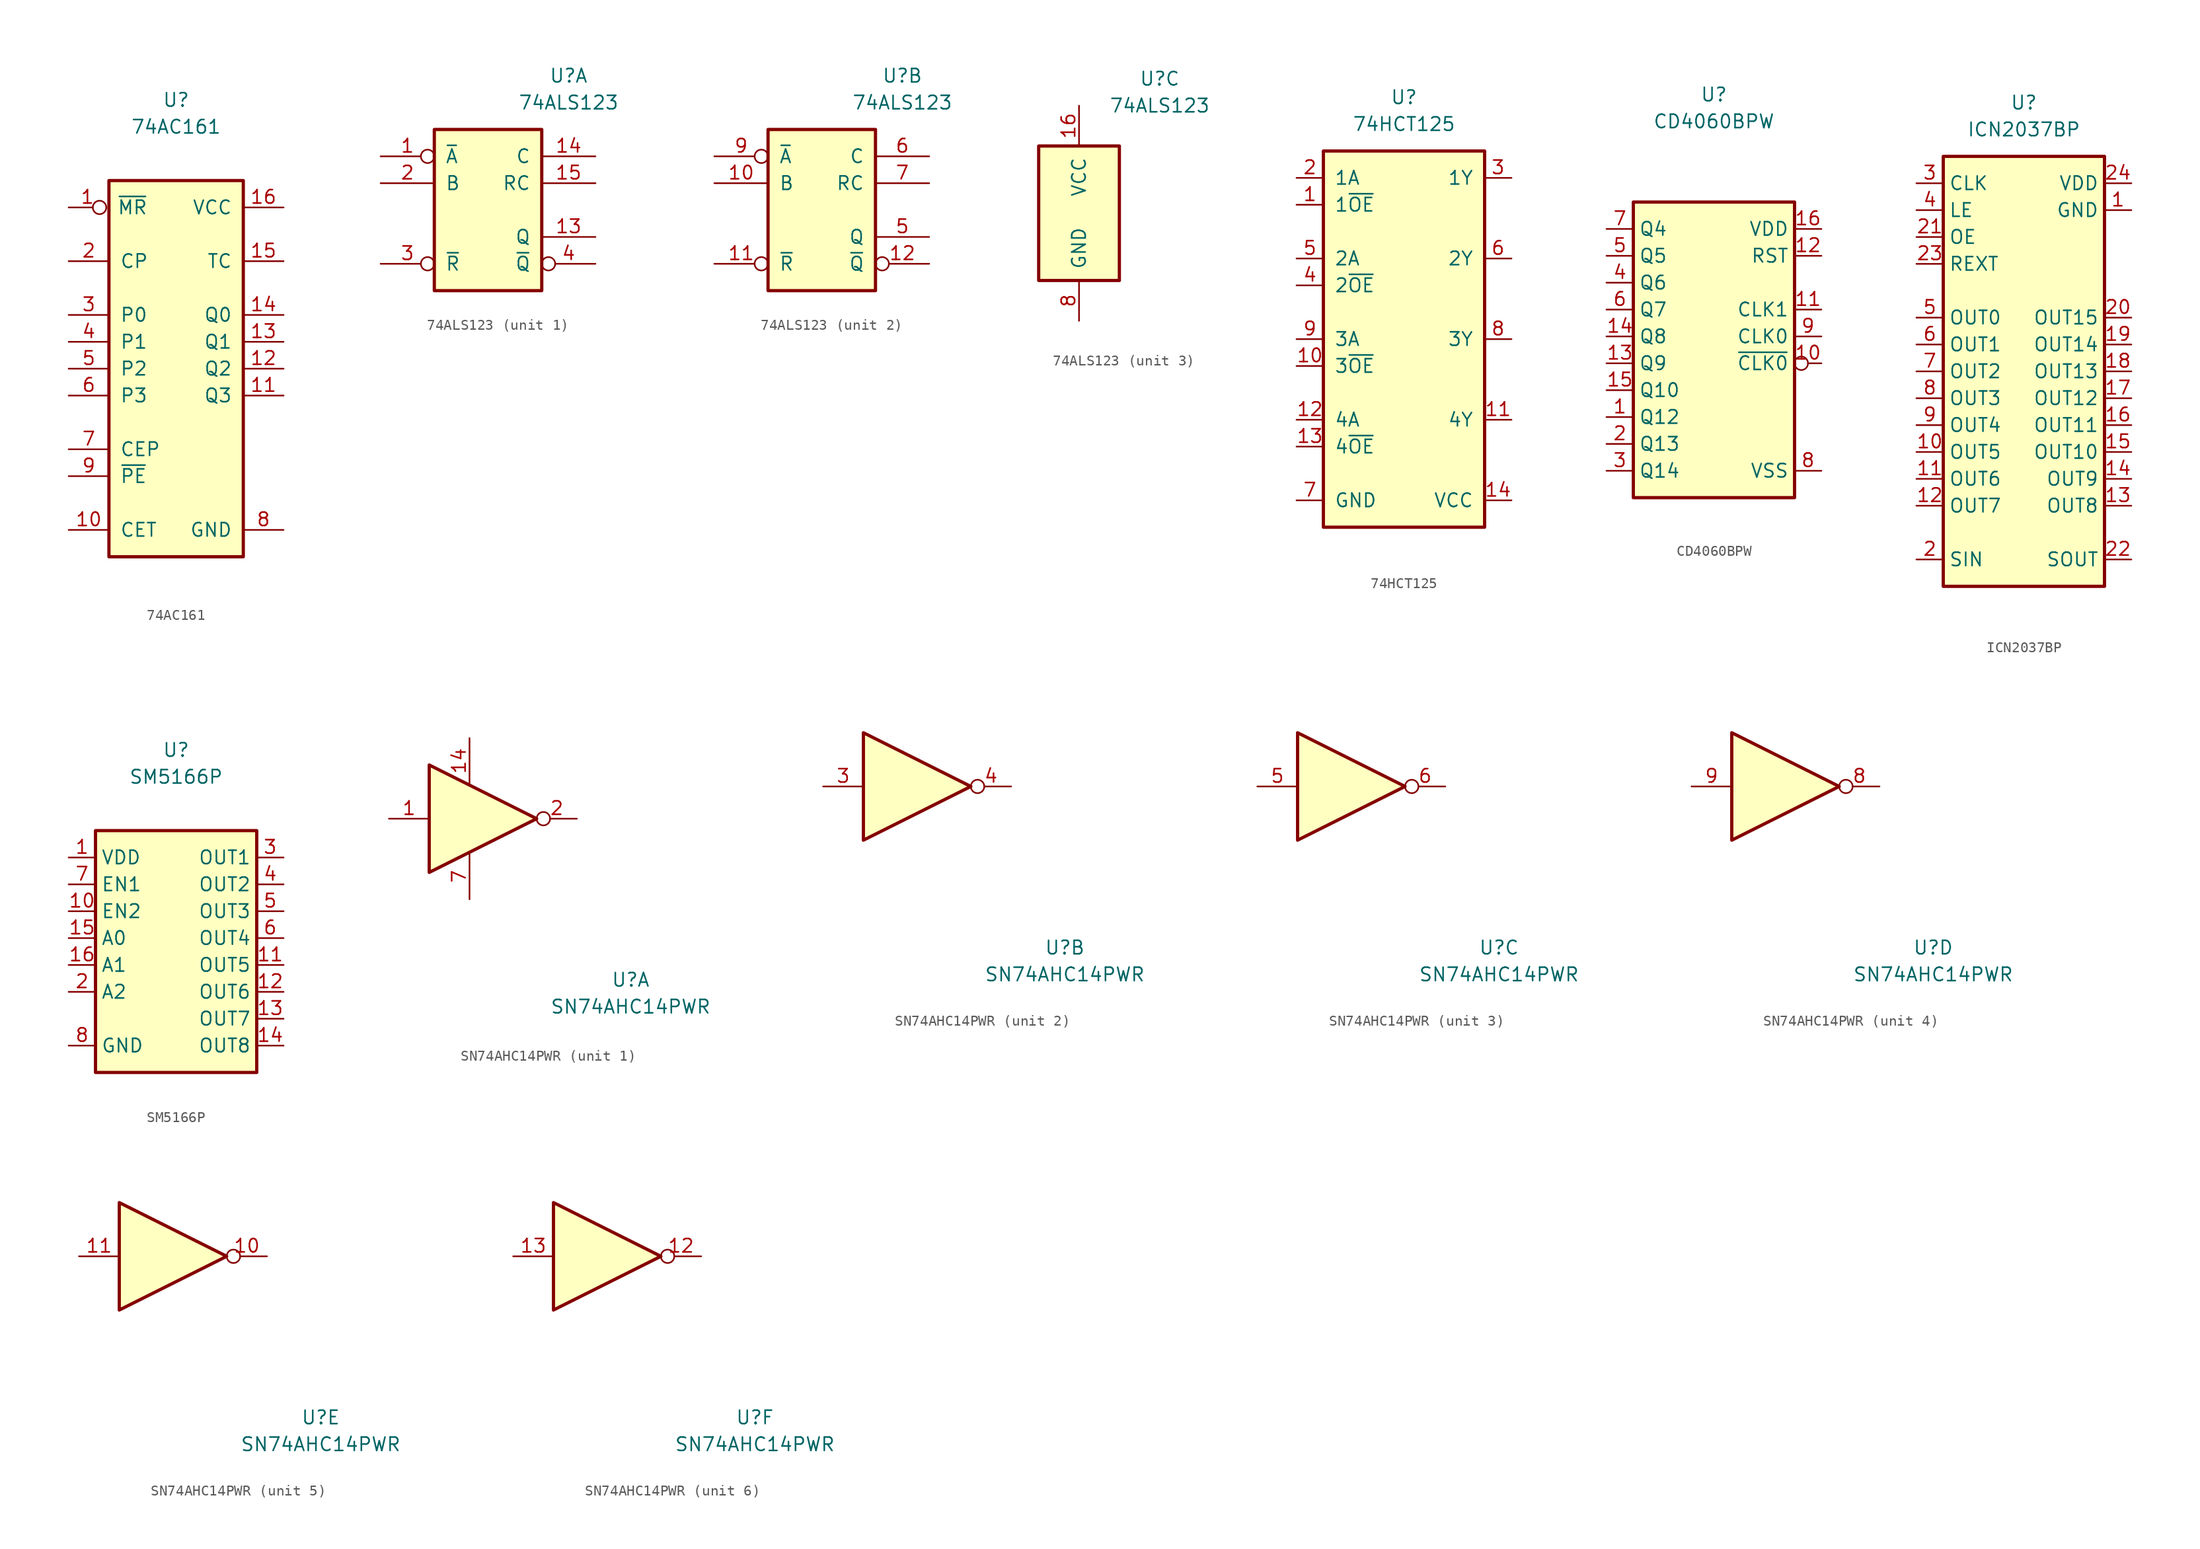
<source format=kicad_sym>
(kicad_symbol_lib
  (version 20220914)
  (generator kicad_symbol_editor)
  (symbol "74AC161"
    (pin_names
      (offset 1.016))
    (property "Reference" "U"
      (at 0 25.4 0)
      (effects (font (size 1.27 1.27))))
    (property "Value" "74AC161"
      (at 0 22.86 0)
      (effects (font (size 1.27 1.27))))
    (symbol "74AC161_0_1"
      (rectangle (start -6.35 17.78) (end 6.35 -17.78) (stroke (width 0.305) (type default)) (fill (type background))))
    (symbol "74AC161_1_1"
      (pin input inverted (at -10.16 15.24 0) (length 3.556) (name "~{MR}" (effects (font (size 1.27 1.27)))) (number "1" (effects (font (size 1.27 1.27)))))
      (pin input line (at -10.16 -15.24 0) (length 3.81) (name "CET" (effects (font (size 1.27 1.27)))) (number "10" (effects (font (size 1.27 1.27)))))
      (pin output line (at 10.16 -2.54 180) (length 3.81) (name "Q3" (effects (font (size 1.27 1.27)))) (number "11" (effects (font (size 1.27 1.27)))))
      (pin output line (at 10.16 0 180) (length 3.81) (name "Q2" (effects (font (size 1.27 1.27)))) (number "12" (effects (font (size 1.27 1.27)))))
      (pin output line (at 10.16 2.54 180) (length 3.81) (name "Q1" (effects (font (size 1.27 1.27)))) (number "13" (effects (font (size 1.27 1.27)))))
      (pin output line (at 10.16 5.08 180) (length 3.81) (name "Q0" (effects (font (size 1.27 1.27)))) (number "14" (effects (font (size 1.27 1.27)))))
      (pin output line (at 10.16 10.16 180) (length 3.81) (name "TC" (effects (font (size 1.27 1.27)))) (number "15" (effects (font (size 1.27 1.27)))))
      (pin power_in line (at 10.16 15.24 180) (length 3.81) (name "VCC" (effects (font (size 1.27 1.27)))) (number "16" (effects (font (size 1.27 1.27)))))
      (pin input line (at -10.16 10.16 0) (length 3.81) (name "CP" (effects (font (size 1.27 1.27)))) (number "2" (effects (font (size 1.27 1.27)))))
      (pin input line (at -10.16 5.08 0) (length 3.81) (name "P0" (effects (font (size 1.27 1.27)))) (number "3" (effects (font (size 1.27 1.27)))))
      (pin input line (at -10.16 2.54 0) (length 3.81) (name "P1" (effects (font (size 1.27 1.27)))) (number "4" (effects (font (size 1.27 1.27)))))
      (pin input line (at -10.16 0 0) (length 3.81) (name "P2" (effects (font (size 1.27 1.27)))) (number "5" (effects (font (size 1.27 1.27)))))
      (pin input line (at -10.16 -2.54 0) (length 3.81) (name "P3" (effects (font (size 1.27 1.27)))) (number "6" (effects (font (size 1.27 1.27)))))
      (pin input line (at -10.16 -7.62 0) (length 3.81) (name "CEP" (effects (font (size 1.27 1.27)))) (number "7" (effects (font (size 1.27 1.27)))))
      (pin power_in line (at 10.16 -15.24 180) (length 3.81) (name "GND" (effects (font (size 1.27 1.27)))) (number "8" (effects (font (size 1.27 1.27)))))
      (pin input line (at -10.16 -10.16 0) (length 3.81) (name "~{PE}" (effects (font (size 1.27 1.27)))) (number "9" (effects (font (size 1.27 1.27)))))))
  (symbol "74ALS123"
    (pin_names
      (offset 1.016))
    (property "Reference" "U"
      (at 7.62 12.7 0)
      (effects (font (size 1.27 1.27))))
    (property "Value" "74ALS123"
      (at 7.62 10.16 0)
      (effects (font (size 1.27 1.27))))
    (property "ki_locked" ""
      (at 0 0 0)
      (effects (font (size 1.27 1.27))))
    (symbol "74ALS123_1_1"
      (rectangle (start -5.08 7.62) (end 5.08 -7.62) (stroke (width 0.305) (type default)) (fill (type background)))
      (pin input inverted (at -10.16 5.08 0) (length 5.08) (name "~{A}" (effects (font (size 1.27 1.27)))) (number "1" (effects (font (size 1.27 1.27)))))
      (pin output line (at 10.16 -2.54 180) (length 5.08) (name "Q" (effects (font (size 1.27 1.27)))) (number "13" (effects (font (size 1.27 1.27)))))
      (pin input line (at 10.16 5.08 180) (length 5.08) (name "C" (effects (font (size 1.27 1.27)))) (number "14" (effects (font (size 1.27 1.27)))))
      (pin input line (at 10.16 2.54 180) (length 5.08) (name "RC" (effects (font (size 1.27 1.27)))) (number "15" (effects (font (size 1.27 1.27)))))
      (pin input line (at -10.16 2.54 0) (length 5.08) (name "B" (effects (font (size 1.27 1.27)))) (number "2" (effects (font (size 1.27 1.27)))))
      (pin input inverted (at -10.16 -5.08 0) (length 5.08) (name "~{R}" (effects (font (size 1.27 1.27)))) (number "3" (effects (font (size 1.27 1.27)))))
      (pin output inverted (at 10.16 -5.08 180) (length 5.08) (name "~{Q}" (effects (font (size 1.27 1.27)))) (number "4" (effects (font (size 1.27 1.27))))))
    (symbol "74ALS123_2_1"
      (rectangle (start -5.08 7.62) (end 5.08 -7.62) (stroke (width 0.305) (type default)) (fill (type background)))
      (pin input line (at -10.16 2.54 0) (length 5.08) (name "B" (effects (font (size 1.27 1.27)))) (number "10" (effects (font (size 1.27 1.27)))))
      (pin input inverted (at -10.16 -5.08 0) (length 5.08) (name "~{R}" (effects (font (size 1.27 1.27)))) (number "11" (effects (font (size 1.27 1.27)))))
      (pin output inverted (at 10.16 -5.08 180) (length 5.08) (name "~{Q}" (effects (font (size 1.27 1.27)))) (number "12" (effects (font (size 1.27 1.27)))))
      (pin output line (at 10.16 -2.54 180) (length 5.08) (name "Q" (effects (font (size 1.27 1.27)))) (number "5" (effects (font (size 1.27 1.27)))))
      (pin input line (at 10.16 5.08 180) (length 5.08) (name "C" (effects (font (size 1.27 1.27)))) (number "6" (effects (font (size 1.27 1.27)))))
      (pin input line (at 10.16 2.54 180) (length 5.08) (name "RC" (effects (font (size 1.27 1.27)))) (number "7" (effects (font (size 1.27 1.27)))))
      (pin input inverted (at -10.16 5.08 0) (length 5.08) (name "~{A}" (effects (font (size 1.27 1.27)))) (number "9" (effects (font (size 1.27 1.27))))))
    (symbol "74ALS123_3_1"
      (rectangle (start -3.81 6.35) (end 3.81 -6.35) (stroke (width 0.305) (type default)) (fill (type background)))
      (pin power_in line (at 0 10.16 270) (length 3.81) (name "VCC" (effects (font (size 1.27 1.27)))) (number "16" (effects (font (size 1.27 1.27)))))
      (pin power_in line (at 0 -10.16 90) (length 3.81) (name "GND" (effects (font (size 1.27 1.27)))) (number "8" (effects (font (size 1.27 1.27)))))))
  (symbol "74HCT125"
    (pin_names
      (offset 1.016))
    (property "Reference" "U"
      (at 0 22.86 0)
      (effects (font (size 1.27 1.27))))
    (property "Value" "74HCT125"
      (at 0 20.32 0)
      (effects (font (size 1.27 1.27))))
    (symbol "74HCT125_0_1"
      (rectangle (start -7.62 17.78) (end 7.62 -17.78) (stroke (width 0.305) (type default)) (fill (type background))))
    (symbol "74HCT125_1_1"
      (pin input line (at -10.16 12.7 0) (length 2.54) (name "1~{OE}" (effects (font (size 1.27 1.27)))) (number "1" (effects (font (size 1.27 1.27)))))
      (pin input line (at -10.16 -2.54 0) (length 2.54) (name "3~{OE}" (effects (font (size 1.27 1.27)))) (number "10" (effects (font (size 1.27 1.27)))))
      (pin output line (at 10.16 -7.62 180) (length 2.54) (name "4Y" (effects (font (size 1.27 1.27)))) (number "11" (effects (font (size 1.27 1.27)))))
      (pin input line (at -10.16 -7.62 0) (length 2.54) (name "4A" (effects (font (size 1.27 1.27)))) (number "12" (effects (font (size 1.27 1.27)))))
      (pin input line (at -10.16 -10.16 0) (length 2.54) (name "4~{OE}" (effects (font (size 1.27 1.27)))) (number "13" (effects (font (size 1.27 1.27)))))
      (pin power_in line (at 10.16 -15.24 180) (length 2.54) (name "VCC" (effects (font (size 1.27 1.27)))) (number "14" (effects (font (size 1.27 1.27)))))
      (pin input line (at -10.16 15.24 0) (length 2.54) (name "1A" (effects (font (size 1.27 1.27)))) (number "2" (effects (font (size 1.27 1.27)))))
      (pin output line (at 10.16 15.24 180) (length 2.54) (name "1Y" (effects (font (size 1.27 1.27)))) (number "3" (effects (font (size 1.27 1.27)))))
      (pin input line (at -10.16 5.08 0) (length 2.54) (name "2~{OE}" (effects (font (size 1.27 1.27)))) (number "4" (effects (font (size 1.27 1.27)))))
      (pin input line (at -10.16 7.62 0) (length 2.54) (name "2A" (effects (font (size 1.27 1.27)))) (number "5" (effects (font (size 1.27 1.27)))))
      (pin output line (at 10.16 7.62 180) (length 2.54) (name "2Y" (effects (font (size 1.27 1.27)))) (number "6" (effects (font (size 1.27 1.27)))))
      (pin power_in line (at -10.16 -15.24 0) (length 2.54) (name "GND" (effects (font (size 1.27 1.27)))) (number "7" (effects (font (size 1.27 1.27)))))
      (pin output line (at 10.16 0 180) (length 2.54) (name "3Y" (effects (font (size 1.27 1.27)))) (number "8" (effects (font (size 1.27 1.27)))))
      (pin input line (at -10.16 0 0) (length 2.54) (name "3A" (effects (font (size 1.27 1.27)))) (number "9" (effects (font (size 1.27 1.27)))))))
  (symbol "CD4060BPW"
    (property "Reference" "U"
      (at 0 22.86 0)
      (effects (font (size 1.27 1.27))))
    (property "Value" "CD4060BPW"
      (at 0 20.32 0)
      (effects (font (size 1.27 1.27))))
    (symbol "CD4060BPW_1_1"
      (rectangle (start -7.62 12.7) (end 7.62 -15.24) (stroke (width 0.305) (type default)) (fill (type background)))
      (pin output line (at -10.16 -7.62 0) (length 2.54) (name "Q12" (effects (font (size 1.27 1.27)))) (number "1" (effects (font (size 1.27 1.27)))))
      (pin input inverted (at 10.16 -2.54 180) (length 2.54) (name "~{CLK0}" (effects (font (size 1.27 1.27)))) (number "10" (effects (font (size 1.27 1.27)))))
      (pin input line (at 10.16 2.54 180) (length 2.54) (name "CLK1" (effects (font (size 1.27 1.27)))) (number "11" (effects (font (size 1.27 1.27)))))
      (pin input line (at 10.16 7.62 180) (length 2.54) (name "RST" (effects (font (size 1.27 1.27)))) (number "12" (effects (font (size 1.27 1.27)))))
      (pin output line (at -10.16 -2.54 0) (length 2.54) (name "Q9" (effects (font (size 1.27 1.27)))) (number "13" (effects (font (size 1.27 1.27)))))
      (pin output line (at -10.16 0 0) (length 2.54) (name "Q8" (effects (font (size 1.27 1.27)))) (number "14" (effects (font (size 1.27 1.27)))))
      (pin output line (at -10.16 -5.08 0) (length 2.54) (name "Q10" (effects (font (size 1.27 1.27)))) (number "15" (effects (font (size 1.27 1.27)))))
      (pin power_in line (at 10.16 10.16 180) (length 2.54) (name "VDD" (effects (font (size 1.27 1.27)))) (number "16" (effects (font (size 1.27 1.27)))))
      (pin output line (at -10.16 -10.16 0) (length 2.54) (name "Q13" (effects (font (size 1.27 1.27)))) (number "2" (effects (font (size 1.27 1.27)))))
      (pin output line (at -10.16 -12.7 0) (length 2.54) (name "Q14" (effects (font (size 1.27 1.27)))) (number "3" (effects (font (size 1.27 1.27)))))
      (pin output line (at -10.16 5.08 0) (length 2.54) (name "Q6" (effects (font (size 1.27 1.27)))) (number "4" (effects (font (size 1.27 1.27)))))
      (pin output line (at -10.16 7.62 0) (length 2.54) (name "Q5" (effects (font (size 1.27 1.27)))) (number "5" (effects (font (size 1.27 1.27)))))
      (pin output line (at -10.16 2.54 0) (length 2.54) (name "Q7" (effects (font (size 1.27 1.27)))) (number "6" (effects (font (size 1.27 1.27)))))
      (pin output line (at -10.16 10.16 0) (length 2.54) (name "Q4" (effects (font (size 1.27 1.27)))) (number "7" (effects (font (size 1.27 1.27)))))
      (pin power_in line (at 10.16 -12.7 180) (length 2.54) (name "VSS" (effects (font (size 1.27 1.27)))) (number "8" (effects (font (size 1.27 1.27)))))
      (pin input line (at 10.16 0 180) (length 2.54) (name "CLK0" (effects (font (size 1.27 1.27)))) (number "9" (effects (font (size 1.27 1.27)))))))
  (symbol "ICN2037BP"
    (property "Reference" "U"
      (at 0 25.4 0)
      (effects (font (size 1.27 1.27))))
    (property "Value" "ICN2037BP"
      (at 0 22.86 0)
      (effects (font (size 1.27 1.27))))
    (symbol "ICN2037BP_0_1"
      (rectangle (start -7.62 20.32) (end 7.62 -20.32) (stroke (width 0.305) (type default)) (fill (type background))))
    (symbol "ICN2037BP_1_1"
      (pin power_in line (at 10.16 15.24 180) (length 2.54) (name "GND" (effects (font (size 1.27 1.27)))) (number "1" (effects (font (size 1.27 1.27)))))
      (pin output line (at -10.16 -7.62 0) (length 2.54) (name "OUT5" (effects (font (size 1.27 1.27)))) (number "10" (effects (font (size 1.27 1.27)))))
      (pin output line (at -10.16 -10.16 0) (length 2.54) (name "OUT6" (effects (font (size 1.27 1.27)))) (number "11" (effects (font (size 1.27 1.27)))))
      (pin output line (at -10.16 -12.7 0) (length 2.54) (name "OUT7" (effects (font (size 1.27 1.27)))) (number "12" (effects (font (size 1.27 1.27)))))
      (pin output line (at 10.16 -12.7 180) (length 2.54) (name "OUT8" (effects (font (size 1.27 1.27)))) (number "13" (effects (font (size 1.27 1.27)))))
      (pin output line (at 10.16 -10.16 180) (length 2.54) (name "OUT9" (effects (font (size 1.27 1.27)))) (number "14" (effects (font (size 1.27 1.27)))))
      (pin output line (at 10.16 -7.62 180) (length 2.54) (name "OUT10" (effects (font (size 1.27 1.27)))) (number "15" (effects (font (size 1.27 1.27)))))
      (pin output line (at 10.16 -5.08 180) (length 2.54) (name "OUT11" (effects (font (size 1.27 1.27)))) (number "16" (effects (font (size 1.27 1.27)))))
      (pin output line (at 10.16 -2.54 180) (length 2.54) (name "OUT12" (effects (font (size 1.27 1.27)))) (number "17" (effects (font (size 1.27 1.27)))))
      (pin output line (at 10.16 0 180) (length 2.54) (name "OUT13" (effects (font (size 1.27 1.27)))) (number "18" (effects (font (size 1.27 1.27)))))
      (pin output line (at 10.16 2.54 180) (length 2.54) (name "OUT14" (effects (font (size 1.27 1.27)))) (number "19" (effects (font (size 1.27 1.27)))))
      (pin input line (at -10.16 -17.78 0) (length 2.54) (name "SIN" (effects (font (size 1.27 1.27)))) (number "2" (effects (font (size 1.27 1.27)))))
      (pin output line (at 10.16 5.08 180) (length 2.54) (name "OUT15" (effects (font (size 1.27 1.27)))) (number "20" (effects (font (size 1.27 1.27)))))
      (pin input line (at -10.16 12.7 0) (length 2.54) (name "OE" (effects (font (size 1.27 1.27)))) (number "21" (effects (font (size 1.27 1.27)))))
      (pin output line (at 10.16 -17.78 180) (length 2.54) (name "SOUT" (effects (font (size 1.27 1.27)))) (number "22" (effects (font (size 1.27 1.27)))))
      (pin input line (at -10.16 10.16 0) (length 2.54) (name "REXT" (effects (font (size 1.27 1.27)))) (number "23" (effects (font (size 1.27 1.27)))))
      (pin power_in line (at 10.16 17.78 180) (length 2.54) (name "VDD" (effects (font (size 1.27 1.27)))) (number "24" (effects (font (size 1.27 1.27)))))
      (pin input line (at -10.16 17.78 0) (length 2.54) (name "CLK" (effects (font (size 1.27 1.27)))) (number "3" (effects (font (size 1.27 1.27)))))
      (pin input line (at -10.16 15.24 0) (length 2.54) (name "LE" (effects (font (size 1.27 1.27)))) (number "4" (effects (font (size 1.27 1.27)))))
      (pin output line (at -10.16 5.08 0) (length 2.54) (name "OUT0" (effects (font (size 1.27 1.27)))) (number "5" (effects (font (size 1.27 1.27)))))
      (pin output line (at -10.16 2.54 0) (length 2.54) (name "OUT1" (effects (font (size 1.27 1.27)))) (number "6" (effects (font (size 1.27 1.27)))))
      (pin output line (at -10.16 0 0) (length 2.54) (name "OUT2" (effects (font (size 1.27 1.27)))) (number "7" (effects (font (size 1.27 1.27)))))
      (pin output line (at -10.16 -2.54 0) (length 2.54) (name "OUT3" (effects (font (size 1.27 1.27)))) (number "8" (effects (font (size 1.27 1.27)))))
      (pin output line (at -10.16 -5.08 0) (length 2.54) (name "OUT4" (effects (font (size 1.27 1.27)))) (number "9" (effects (font (size 1.27 1.27)))))))
  (symbol "SM5166P"
    (property "Reference" "U"
      (at 0 17.78 0)
      (effects (font (size 1.27 1.27))))
    (property "Value" "SM5166P"
      (at 0 15.24 0)
      (effects (font (size 1.27 1.27))))
    (symbol "SM5166P_0_1"
      (rectangle (start -7.62 10.16) (end 7.62 -12.7) (stroke (width 0.305) (type default)) (fill (type background))))
    (symbol "SM5166P_1_1"
      (pin power_in line (at -10.16 7.62 0) (length 2.54) (name "VDD" (effects (font (size 1.27 1.27)))) (number "1" (effects (font (size 1.27 1.27)))))
      (pin input line (at -10.16 2.54 0) (length 2.54) (name "EN2" (effects (font (size 1.27 1.27)))) (number "10" (effects (font (size 1.27 1.27)))))
      (pin output line (at 10.16 -2.54 180) (length 2.54) (name "OUT5" (effects (font (size 1.27 1.27)))) (number "11" (effects (font (size 1.27 1.27)))))
      (pin output line (at 10.16 -5.08 180) (length 2.54) (name "OUT6" (effects (font (size 1.27 1.27)))) (number "12" (effects (font (size 1.27 1.27)))))
      (pin output line (at 10.16 -7.62 180) (length 2.54) (name "OUT7" (effects (font (size 1.27 1.27)))) (number "13" (effects (font (size 1.27 1.27)))))
      (pin output line (at 10.16 -10.16 180) (length 2.54) (name "OUT8" (effects (font (size 1.27 1.27)))) (number "14" (effects (font (size 1.27 1.27)))))
      (pin input line (at -10.16 0 0) (length 2.54) (name "A0" (effects (font (size 1.27 1.27)))) (number "15" (effects (font (size 1.27 1.27)))))
      (pin input line (at -10.16 -2.54 0) (length 2.54) (name "A1" (effects (font (size 1.27 1.27)))) (number "16" (effects (font (size 1.27 1.27)))))
      (pin input line (at -10.16 -5.08 0) (length 2.54) (name "A2" (effects (font (size 1.27 1.27)))) (number "2" (effects (font (size 1.27 1.27)))))
      (pin output line (at 10.16 7.62 180) (length 2.54) (name "OUT1" (effects (font (size 1.27 1.27)))) (number "3" (effects (font (size 1.27 1.27)))))
      (pin output line (at 10.16 5.08 180) (length 2.54) (name "OUT2" (effects (font (size 1.27 1.27)))) (number "4" (effects (font (size 1.27 1.27)))))
      (pin output line (at 10.16 2.54 180) (length 2.54) (name "OUT3" (effects (font (size 1.27 1.27)))) (number "5" (effects (font (size 1.27 1.27)))))
      (pin output line (at 10.16 0 180) (length 2.54) (name "OUT4" (effects (font (size 1.27 1.27)))) (number "6" (effects (font (size 1.27 1.27)))))
      (pin input line (at -10.16 5.08 0) (length 2.54) (name "EN1" (effects (font (size 1.27 1.27)))) (number "7" (effects (font (size 1.27 1.27)))))
      (pin power_in line (at -10.16 -10.16 0) (length 2.54) (name "GND" (effects (font (size 1.27 1.27)))) (number "8" (effects (font (size 1.27 1.27)))))
      (pin power_in line (at -10.16 7.62 0) (length 2.54) hide (name "VDD" (effects (font (size 1.27 1.27)))) (number "9" (effects (font (size 1.27 1.27)))))))
  (symbol "SN74AHC14PWR"
    (pin_names
      (offset 1.016) hide)
    (property "Reference" "U"
      (at 15.24 -15.24 0)
      (effects (font (size 1.27 1.27))))
    (property "Value" "SN74AHC14PWR"
      (at 15.24 -17.78 0)
      (effects (font (size 1.27 1.27))))
    (property "ki_locked" ""
      (at 0 0 0)
      (effects (font (size 1.27 1.27))))
    (symbol "SN74AHC14PWR_0_1"
      (polyline (pts (xy -3.81 5.08) (xy -3.81 -5.08) (xy 6.35 0) (xy -3.81 5.08)) (stroke (width 0.305) (type default)) (fill (type background))))
    (symbol "SN74AHC14PWR_1_1"
      (pin input line (at -7.62 0 0) (length 3.81) (name "A" (effects (font (size 1.27 1.27)))) (number "1" (effects (font (size 1.27 1.27)))))
      (pin power_in line (at 0 7.62 270) (length 4.318) (name "VCC" (effects (font (size 1.27 1.27)))) (number "14" (effects (font (size 1.27 1.27)))))
      (pin output inverted (at 10.16 0 180) (length 3.81) (name "Y" (effects (font (size 1.27 1.27)))) (number "2" (effects (font (size 1.27 1.27)))))
      (pin power_in line (at 0 -7.62 90) (length 4.318) (name "GND" (effects (font (size 1.27 1.27)))) (number "7" (effects (font (size 1.27 1.27))))))
    (symbol "SN74AHC14PWR_2_1"
      (pin input line (at -7.62 0 0) (length 3.81) (name "A" (effects (font (size 1.27 1.27)))) (number "3" (effects (font (size 1.27 1.27)))))
      (pin output inverted (at 10.16 0 180) (length 3.81) (name "Y" (effects (font (size 1.27 1.27)))) (number "4" (effects (font (size 1.27 1.27))))))
    (symbol "SN74AHC14PWR_3_1"
      (pin input line (at -7.62 0 0) (length 3.81) (name "A" (effects (font (size 1.27 1.27)))) (number "5" (effects (font (size 1.27 1.27)))))
      (pin output inverted (at 10.16 0 180) (length 3.81) (name "Y" (effects (font (size 1.27 1.27)))) (number "6" (effects (font (size 1.27 1.27))))))
    (symbol "SN74AHC14PWR_4_1"
      (pin output inverted (at 10.16 0 180) (length 3.81) (name "Y" (effects (font (size 1.27 1.27)))) (number "8" (effects (font (size 1.27 1.27)))))
      (pin input line (at -7.62 0 0) (length 3.81) (name "A" (effects (font (size 1.27 1.27)))) (number "9" (effects (font (size 1.27 1.27))))))
    (symbol "SN74AHC14PWR_5_1"
      (pin output inverted (at 10.16 0 180) (length 3.81) (name "Y" (effects (font (size 1.27 1.27)))) (number "10" (effects (font (size 1.27 1.27)))))
      (pin input line (at -7.62 0 0) (length 3.81) (name "A" (effects (font (size 1.27 1.27)))) (number "11" (effects (font (size 1.27 1.27))))))
    (symbol "SN74AHC14PWR_6_1"
      (pin output inverted (at 10.16 0 180) (length 3.81) (name "Y" (effects (font (size 1.27 1.27)))) (number "12" (effects (font (size 1.27 1.27)))))
      (pin input line (at -7.62 0 0) (length 3.81) (name "A" (effects (font (size 1.27 1.27)))) (number "13" (effects (font (size 1.27 1.27))))))))
</source>
